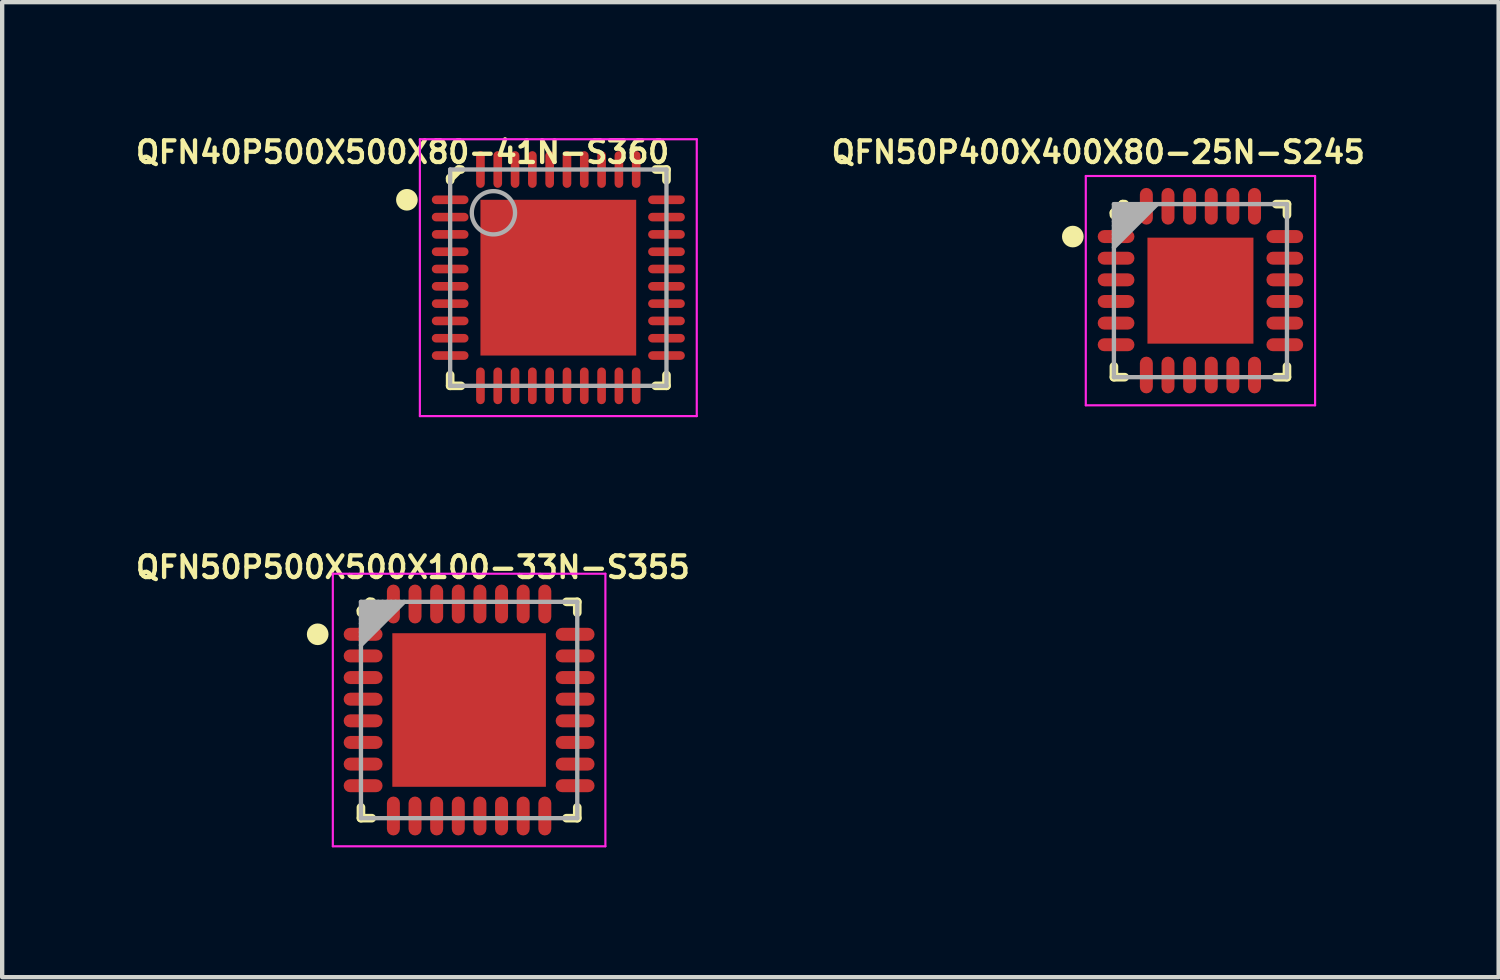
<source format=kicad_pcb>
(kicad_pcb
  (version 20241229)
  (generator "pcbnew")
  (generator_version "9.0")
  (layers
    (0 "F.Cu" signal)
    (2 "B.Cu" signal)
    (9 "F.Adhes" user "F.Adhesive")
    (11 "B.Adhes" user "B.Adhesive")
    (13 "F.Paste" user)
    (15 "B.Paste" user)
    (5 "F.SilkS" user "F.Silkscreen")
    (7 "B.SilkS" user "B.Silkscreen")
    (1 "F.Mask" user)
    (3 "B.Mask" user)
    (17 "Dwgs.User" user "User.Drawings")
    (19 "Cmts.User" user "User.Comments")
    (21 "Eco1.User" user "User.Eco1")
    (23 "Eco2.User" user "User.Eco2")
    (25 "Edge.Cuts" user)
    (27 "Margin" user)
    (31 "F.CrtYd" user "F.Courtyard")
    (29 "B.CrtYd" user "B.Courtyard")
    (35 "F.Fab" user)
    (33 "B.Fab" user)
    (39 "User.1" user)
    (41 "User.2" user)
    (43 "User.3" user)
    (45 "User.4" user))
  (footprint "QFN50P400X400X80-25N-S245"
    (layer "F.Cu")
    (at 24.697 3.668)
    (property "Reference" "QFN50P400X400X80-25N-S245" (at -2.362 -3.2 0) (layer "F.SilkS") (effects (font (size 0.5 0.5) (thickness 0.1))))
    (attr smd)
    (fp_line (start -2 -1.8) (end -1.8 -2) (stroke (width 0.2) (type solid)) (layer "F.SilkS"))
    (fp_line (start -2 -1.75) (end -2 -1.8) (stroke (width 0.2) (type solid)) (layer "F.SilkS"))
    (fp_line (start -2 2) (end -2 1.75) (stroke (width 0.2) (type solid)) (layer "F.SilkS"))
    (fp_line (start -2 2) (end -1.75 2) (stroke (width 0.2) (type solid)) (layer "F.SilkS"))
    (fp_line (start -1.8 -2) (end -1.75 -2) (stroke (width 0.2) (type solid)) (layer "F.SilkS"))
    (fp_line (start 1.75 -2) (end 2 -2) (stroke (width 0.2) (type solid)) (layer "F.SilkS"))
    (fp_line (start 1.75 2) (end 2 2) (stroke (width 0.2) (type solid)) (layer "F.SilkS"))
    (fp_line (start 2 -1.75) (end 2 -2) (stroke (width 0.2) (type solid)) (layer "F.SilkS"))
    (fp_line (start 2 2) (end 2 1.75) (stroke (width 0.2) (type solid)) (layer "F.SilkS"))
    (fp_circle (center -2.95 -1.25) (end -2.825 -1.25) (stroke (width 0.25) (type solid)) (fill no) (layer "F.SilkS"))
    (fp_line (start -2.65 -2.65) (end 2.65 -2.65) (stroke (width 0.05) (type solid)) (layer "F.CrtYd"))
    (fp_line (start -2.65 2.65) (end -2.65 -2.65) (stroke (width 0.05) (type solid)) (layer "F.CrtYd"))
    (fp_line (start -2.65 2.65) (end 2.65 2.65) (stroke (width 0.05) (type solid)) (layer "F.CrtYd"))
    (fp_line (start 2.65 2.65) (end 2.65 -2.65) (stroke (width 0.05) (type solid)) (layer "F.CrtYd"))
    (fp_line (start -2 -2) (end 2 -2) (stroke (width 0.1) (type solid)) (layer "F.Fab"))
    (fp_line (start -2 -1.9) (end -1.9 -2) (stroke (width 0.1) (type solid)) (layer "F.Fab"))
    (fp_line (start -2 -1.8) (end -1.8 -2) (stroke (width 0.1) (type solid)) (layer "F.Fab"))
    (fp_line (start -2 -1.7) (end -1.7 -2) (stroke (width 0.1) (type solid)) (layer "F.Fab"))
    (fp_line (start -2 -1.6) (end -1.6 -2) (stroke (width 0.1) (type solid)) (layer "F.Fab"))
    (fp_line (start -2 -1.5) (end -1.5 -2) (stroke (width 0.1) (type solid)) (layer "F.Fab"))
    (fp_line (start -2 -1.4) (end -1.4 -2) (stroke (width 0.1) (type solid)) (layer "F.Fab"))
    (fp_line (start -2 -1.3) (end -1.3 -2) (stroke (width 0.1) (type solid)) (layer "F.Fab"))
    (fp_line (start -2 -1.2) (end -1.2 -2) (stroke (width 0.1) (type solid)) (layer "F.Fab"))
    (fp_line (start -2 -1.1) (end -1.1 -2) (stroke (width 0.1) (type solid)) (layer "F.Fab"))
    (fp_line (start -2 -1) (end -1 -2) (stroke (width 0.1) (type solid)) (layer "F.Fab"))
    (fp_line (start -2 2) (end -2 -2) (stroke (width 0.1) (type solid)) (layer "F.Fab"))
    (fp_line (start -2 2) (end 2 2) (stroke (width 0.1) (type solid)) (layer "F.Fab"))
    (fp_line (start 2 2) (end 2 -2) (stroke (width 0.1) (type solid)) (layer "F.Fab"))
    (pad "1" smd roundrect (at -1.95 -1.25) (size 0.85 0.3) (layers "F.Cu" "F.Mask" "F.Paste") (roundrect_rratio 0.5))
    (pad "2" smd roundrect (at -1.95 -0.75) (size 0.85 0.3) (layers "F.Cu" "F.Mask" "F.Paste") (roundrect_rratio 0.5))
    (pad "3" smd roundrect (at -1.95 -0.25) (size 0.85 0.3) (layers "F.Cu" "F.Mask" "F.Paste") (roundrect_rratio 0.5))
    (pad "4" smd roundrect (at -1.95 0.25) (size 0.85 0.3) (layers "F.Cu" "F.Mask" "F.Paste") (roundrect_rratio 0.5))
    (pad "5" smd roundrect (at -1.95 0.75) (size 0.85 0.3) (layers "F.Cu" "F.Mask" "F.Paste") (roundrect_rratio 0.5))
    (pad "6" smd roundrect (at -1.95 1.25) (size 0.85 0.3) (layers "F.Cu" "F.Mask" "F.Paste") (roundrect_rratio 0.5))
    (pad "7" smd roundrect (at -1.25 1.95 90) (size 0.85 0.3) (layers "F.Cu" "F.Mask" "F.Paste") (roundrect_rratio 0.5))
    (pad "8" smd roundrect (at -0.75 1.95 90) (size 0.85 0.3) (layers "F.Cu" "F.Mask" "F.Paste") (roundrect_rratio 0.5))
    (pad "9" smd roundrect (at -0.25 1.95 90) (size 0.85 0.3) (layers "F.Cu" "F.Mask" "F.Paste") (roundrect_rratio 0.5))
    (pad "10" smd roundrect (at 0.25 1.95 90) (size 0.85 0.3) (layers "F.Cu" "F.Mask" "F.Paste") (roundrect_rratio 0.5))
    (pad "11" smd roundrect (at 0.75 1.95 90) (size 0.85 0.3) (layers "F.Cu" "F.Mask" "F.Paste") (roundrect_rratio 0.5))
    (pad "12" smd roundrect (at 1.25 1.95 90) (size 0.85 0.3) (layers "F.Cu" "F.Mask" "F.Paste") (roundrect_rratio 0.5))
    (pad "13" smd roundrect (at 1.95 1.25) (size 0.85 0.3) (layers "F.Cu" "F.Mask" "F.Paste") (roundrect_rratio 0.5))
    (pad "14" smd roundrect (at 1.95 0.75) (size 0.85 0.3) (layers "F.Cu" "F.Mask" "F.Paste") (roundrect_rratio 0.5))
    (pad "15" smd roundrect (at 1.95 0.25) (size 0.85 0.3) (layers "F.Cu" "F.Mask" "F.Paste") (roundrect_rratio 0.5))
    (pad "16" smd roundrect (at 1.95 -0.25) (size 0.85 0.3) (layers "F.Cu" "F.Mask" "F.Paste") (roundrect_rratio 0.5))
    (pad "17" smd roundrect (at 1.95 -0.75) (size 0.85 0.3) (layers "F.Cu" "F.Mask" "F.Paste") (roundrect_rratio 0.5))
    (pad "18" smd roundrect (at 1.95 -1.25) (size 0.85 0.3) (layers "F.Cu" "F.Mask" "F.Paste") (roundrect_rratio 0.5))
    (pad "19" smd roundrect (at 1.25 -1.95 90) (size 0.85 0.3) (layers "F.Cu" "F.Mask" "F.Paste") (roundrect_rratio 0.5))
    (pad "20" smd roundrect (at 0.75 -1.95 90) (size 0.85 0.3) (layers "F.Cu" "F.Mask" "F.Paste") (roundrect_rratio 0.5))
    (pad "21" smd roundrect (at 0.25 -1.95 90) (size 0.85 0.3) (layers "F.Cu" "F.Mask" "F.Paste") (roundrect_rratio 0.5))
    (pad "22" smd roundrect (at -0.25 -1.95 90) (size 0.85 0.3) (layers "F.Cu" "F.Mask" "F.Paste") (roundrect_rratio 0.5))
    (pad "23" smd roundrect (at -0.75 -1.95 90) (size 0.85 0.3) (layers "F.Cu" "F.Mask" "F.Paste") (roundrect_rratio 0.5))
    (pad "24" smd roundrect (at -1.25 -1.95 90) (size 0.85 0.3) (layers "F.Cu" "F.Mask" "F.Paste") (roundrect_rratio 0.5))
    (pad "25" smd rect (at 0 0) (size 2.45 2.45) (layers "F.Cu" "F.Mask" "F.Paste")))
  (footprint "QFN50P500X500X100-33N-S355"
    (layer "F.Cu")
    (at 7.793 13.361)
    (property "Reference" "QFN50P500X500X100-33N-S355" (at -1.3 -3.3 0) (layer "F.SilkS") (effects (font (size 0.5 0.5) (thickness 0.1))))
    (attr smd)
    (fp_line (start -2.5 -2.3) (end -2.3 -2.5) (stroke (width 0.2) (type solid)) (layer "F.SilkS"))
    (fp_line (start -2.5 -2.25) (end -2.5 -2.3) (stroke (width 0.2) (type solid)) (layer "F.SilkS"))
    (fp_line (start -2.5 2.5) (end -2.5 2.25) (stroke (width 0.2) (type solid)) (layer "F.SilkS"))
    (fp_line (start -2.5 2.5) (end -2.25 2.5) (stroke (width 0.2) (type solid)) (layer "F.SilkS"))
    (fp_line (start -2.3 -2.5) (end -2.25 -2.5) (stroke (width 0.2) (type solid)) (layer "F.SilkS"))
    (fp_line (start 2.25 -2.5) (end 2.5 -2.5) (stroke (width 0.2) (type solid)) (layer "F.SilkS"))
    (fp_line (start 2.25 2.5) (end 2.5 2.5) (stroke (width 0.2) (type solid)) (layer "F.SilkS"))
    (fp_line (start 2.5 -2.25) (end 2.5 -2.5) (stroke (width 0.2) (type solid)) (layer "F.SilkS"))
    (fp_line (start 2.5 2.5) (end 2.5 2.25) (stroke (width 0.2) (type solid)) (layer "F.SilkS"))
    (fp_circle (center -3.5 -1.75) (end -3.375 -1.75) (stroke (width 0.25) (type solid)) (fill no) (layer "F.SilkS"))
    (fp_line (start -3.15 -3.15) (end 3.15 -3.15) (stroke (width 0.05) (type solid)) (layer "F.CrtYd"))
    (fp_line (start -3.15 3.15) (end -3.15 -3.15) (stroke (width 0.05) (type solid)) (layer "F.CrtYd"))
    (fp_line (start -3.15 3.15) (end 3.15 3.15) (stroke (width 0.05) (type solid)) (layer "F.CrtYd"))
    (fp_line (start 3.15 3.15) (end 3.15 -3.15) (stroke (width 0.05) (type solid)) (layer "F.CrtYd"))
    (fp_line (start -2.5 -2.5) (end 2.5 -2.5) (stroke (width 0.1) (type solid)) (layer "F.Fab"))
    (fp_line (start -2.5 -2.4) (end -2.4 -2.5) (stroke (width 0.1) (type solid)) (layer "F.Fab"))
    (fp_line (start -2.5 -2.3) (end -2.3 -2.5) (stroke (width 0.1) (type solid)) (layer "F.Fab"))
    (fp_line (start -2.5 -2.2) (end -2.2 -2.5) (stroke (width 0.1) (type solid)) (layer "F.Fab"))
    (fp_line (start -2.5 -2.1) (end -2.1 -2.5) (stroke (width 0.1) (type solid)) (layer "F.Fab"))
    (fp_line (start -2.5 -2) (end -2 -2.5) (stroke (width 0.1) (type solid)) (layer "F.Fab"))
    (fp_line (start -2.5 -1.9) (end -1.9 -2.5) (stroke (width 0.1) (type solid)) (layer "F.Fab"))
    (fp_line (start -2.5 -1.8) (end -1.8 -2.5) (stroke (width 0.1) (type solid)) (layer "F.Fab"))
    (fp_line (start -2.5 -1.7) (end -1.7 -2.5) (stroke (width 0.1) (type solid)) (layer "F.Fab"))
    (fp_line (start -2.5 -1.6) (end -1.6 -2.5) (stroke (width 0.1) (type solid)) (layer "F.Fab"))
    (fp_line (start -2.5 -1.5) (end -1.5 -2.5) (stroke (width 0.1) (type solid)) (layer "F.Fab"))
    (fp_line (start -2.5 2.5) (end -2.5 -2.5) (stroke (width 0.1) (type solid)) (layer "F.Fab"))
    (fp_line (start -2.5 2.5) (end 2.5 2.5) (stroke (width 0.1) (type solid)) (layer "F.Fab"))
    (fp_line (start 2.5 2.5) (end 2.5 -2.5) (stroke (width 0.1) (type solid)) (layer "F.Fab"))
    (pad "1" smd roundrect (at -2.45 -1.75) (size 0.9 0.3) (layers "F.Cu" "F.Mask" "F.Paste") (roundrect_rratio 0.5))
    (pad "2" smd roundrect (at -2.45 -1.25) (size 0.9 0.3) (layers "F.Cu" "F.Mask" "F.Paste") (roundrect_rratio 0.5))
    (pad "3" smd roundrect (at -2.45 -0.75) (size 0.9 0.3) (layers "F.Cu" "F.Mask" "F.Paste") (roundrect_rratio 0.5))
    (pad "4" smd roundrect (at -2.45 -0.25) (size 0.9 0.3) (layers "F.Cu" "F.Mask" "F.Paste") (roundrect_rratio 0.5))
    (pad "5" smd roundrect (at -2.45 0.25) (size 0.9 0.3) (layers "F.Cu" "F.Mask" "F.Paste") (roundrect_rratio 0.5))
    (pad "6" smd roundrect (at -2.45 0.75) (size 0.9 0.3) (layers "F.Cu" "F.Mask" "F.Paste") (roundrect_rratio 0.5))
    (pad "7" smd roundrect (at -2.45 1.25) (size 0.9 0.3) (layers "F.Cu" "F.Mask" "F.Paste") (roundrect_rratio 0.5))
    (pad "8" smd roundrect (at -2.45 1.75) (size 0.9 0.3) (layers "F.Cu" "F.Mask" "F.Paste") (roundrect_rratio 0.5))
    (pad "9" smd roundrect (at -1.75 2.45 90) (size 0.9 0.3) (layers "F.Cu" "F.Mask" "F.Paste") (roundrect_rratio 0.5))
    (pad "10" smd roundrect (at -1.25 2.45 90) (size 0.9 0.3) (layers "F.Cu" "F.Mask" "F.Paste") (roundrect_rratio 0.5))
    (pad "11" smd roundrect (at -0.75 2.45 90) (size 0.9 0.3) (layers "F.Cu" "F.Mask" "F.Paste") (roundrect_rratio 0.5))
    (pad "12" smd roundrect (at -0.25 2.45 90) (size 0.9 0.3) (layers "F.Cu" "F.Mask" "F.Paste") (roundrect_rratio 0.5))
    (pad "13" smd roundrect (at 0.25 2.45 90) (size 0.9 0.3) (layers "F.Cu" "F.Mask" "F.Paste") (roundrect_rratio 0.5))
    (pad "14" smd roundrect (at 0.75 2.45 90) (size 0.9 0.3) (layers "F.Cu" "F.Mask" "F.Paste") (roundrect_rratio 0.5))
    (pad "15" smd roundrect (at 1.25 2.45 90) (size 0.9 0.3) (layers "F.Cu" "F.Mask" "F.Paste") (roundrect_rratio 0.5))
    (pad "16" smd roundrect (at 1.75 2.45 90) (size 0.9 0.3) (layers "F.Cu" "F.Mask" "F.Paste") (roundrect_rratio 0.5))
    (pad "17" smd roundrect (at 2.45 1.75) (size 0.9 0.3) (layers "F.Cu" "F.Mask" "F.Paste") (roundrect_rratio 0.5))
    (pad "18" smd roundrect (at 2.45 1.25) (size 0.9 0.3) (layers "F.Cu" "F.Mask" "F.Paste") (roundrect_rratio 0.5))
    (pad "19" smd roundrect (at 2.45 0.75) (size 0.9 0.3) (layers "F.Cu" "F.Mask" "F.Paste") (roundrect_rratio 0.5))
    (pad "20" smd roundrect (at 2.45 0.25) (size 0.9 0.3) (layers "F.Cu" "F.Mask" "F.Paste") (roundrect_rratio 0.5))
    (pad "21" smd roundrect (at 2.45 -0.25) (size 0.9 0.3) (layers "F.Cu" "F.Mask" "F.Paste") (roundrect_rratio 0.5))
    (pad "22" smd roundrect (at 2.45 -0.75) (size 0.9 0.3) (layers "F.Cu" "F.Mask" "F.Paste") (roundrect_rratio 0.5))
    (pad "23" smd roundrect (at 2.45 -1.25) (size 0.9 0.3) (layers "F.Cu" "F.Mask" "F.Paste") (roundrect_rratio 0.5))
    (pad "24" smd roundrect (at 2.45 -1.75) (size 0.9 0.3) (layers "F.Cu" "F.Mask" "F.Paste") (roundrect_rratio 0.5))
    (pad "25" smd roundrect (at 1.75 -2.45 90) (size 0.9 0.3) (layers "F.Cu" "F.Mask" "F.Paste") (roundrect_rratio 0.5))
    (pad "26" smd roundrect (at 1.25 -2.45 90) (size 0.9 0.3) (layers "F.Cu" "F.Mask" "F.Paste") (roundrect_rratio 0.5))
    (pad "27" smd roundrect (at 0.75 -2.45 90) (size 0.9 0.3) (layers "F.Cu" "F.Mask" "F.Paste") (roundrect_rratio 0.5))
    (pad "28" smd roundrect (at 0.25 -2.45 90) (size 0.9 0.3) (layers "F.Cu" "F.Mask" "F.Paste") (roundrect_rratio 0.5))
    (pad "29" smd roundrect (at -0.25 -2.45 90) (size 0.9 0.3) (layers "F.Cu" "F.Mask" "F.Paste") (roundrect_rratio 0.5))
    (pad "30" smd roundrect (at -0.75 -2.45 90) (size 0.9 0.3) (layers "F.Cu" "F.Mask" "F.Paste") (roundrect_rratio 0.5))
    (pad "31" smd roundrect (at -1.25 -2.45 90) (size 0.9 0.3) (layers "F.Cu" "F.Mask" "F.Paste") (roundrect_rratio 0.5))
    (pad "32" smd roundrect (at -1.75 -2.45 90) (size 0.9 0.3) (layers "F.Cu" "F.Mask" "F.Paste") (roundrect_rratio 0.5))
    (pad "33" smd rect (at 0 0) (size 3.55 3.55) (layers "F.Cu" "F.Mask" "F.Paste")))
  (footprint "QFN40P500X500X80-41N-S360"
    (layer "F.Cu")
    (at 9.855 3.368)
    (property "Reference" "QFN40P500X500X80-41N-S360" (at -3.6 -2.9 0) (layer "F.SilkS") (effects (font (size 0.5 0.5) (thickness 0.1))))
    (attr smd)
    (fp_line (start -2.5 -2.3) (end -2.3 -2.5) (stroke (width 0.2) (type solid)) (layer "F.SilkS"))
    (fp_line (start -2.5 -2.25) (end -2.5 -2.3) (stroke (width 0.2) (type solid)) (layer "F.SilkS"))
    (fp_line (start -2.5 2.5) (end -2.5 2.25) (stroke (width 0.2) (type solid)) (layer "F.SilkS"))
    (fp_line (start -2.5 2.5) (end -2.25 2.5) (stroke (width 0.2) (type solid)) (layer "F.SilkS"))
    (fp_line (start -2.3 -2.5) (end -2.25 -2.5) (stroke (width 0.2) (type solid)) (layer "F.SilkS"))
    (fp_line (start 2.25 -2.5) (end 2.5 -2.5) (stroke (width 0.2) (type solid)) (layer "F.SilkS"))
    (fp_line (start 2.25 2.5) (end 2.5 2.5) (stroke (width 0.2) (type solid)) (layer "F.SilkS"))
    (fp_line (start 2.5 -2.25) (end 2.5 -2.5) (stroke (width 0.2) (type solid)) (layer "F.SilkS"))
    (fp_line (start 2.5 2.5) (end 2.5 2.25) (stroke (width 0.2) (type solid)) (layer "F.SilkS"))
    (fp_circle (center -3.5 -1.8) (end -3.375 -1.8) (stroke (width 0.25) (type solid)) (fill no) (layer "F.SilkS"))
    (fp_line (start -3.2 -3.2) (end 3.2 -3.2) (stroke (width 0.05) (type solid)) (layer "F.CrtYd"))
    (fp_line (start -3.2 3.2) (end -3.2 -3.2) (stroke (width 0.05) (type solid)) (layer "F.CrtYd"))
    (fp_line (start -3.2 3.2) (end 3.2 3.2) (stroke (width 0.05) (type solid)) (layer "F.CrtYd"))
    (fp_line (start 3.2 3.2) (end 3.2 -3.2) (stroke (width 0.05) (type solid)) (layer "F.CrtYd"))
    (fp_line (start -2.5 -2.5) (end 2.5 -2.5) (stroke (width 0.1) (type solid)) (layer "F.Fab"))
    (fp_line (start -2.5 2.5) (end -2.5 -2.5) (stroke (width 0.1) (type solid)) (layer "F.Fab"))
    (fp_line (start -2.5 2.5) (end 2.5 2.5) (stroke (width 0.1) (type solid)) (layer "F.Fab"))
    (fp_line (start 2.5 2.5) (end 2.5 -2.5) (stroke (width 0.1) (type solid)) (layer "F.Fab"))
    (fp_circle (center -1.5 -1.5) (end -1 -1.5) (stroke (width 0.1) (type solid)) (fill no) (layer "F.Fab"))
    (pad "1" smd roundrect (at -2.5 -1.8) (size 0.85 0.2) (layers "F.Cu" "F.Mask" "F.Paste") (roundrect_rratio 0.5))
    (pad "2" smd roundrect (at -2.5 -1.4) (size 0.85 0.2) (layers "F.Cu" "F.Mask" "F.Paste") (roundrect_rratio 0.5))
    (pad "3" smd roundrect (at -2.5 -1) (size 0.85 0.2) (layers "F.Cu" "F.Mask" "F.Paste") (roundrect_rratio 0.5))
    (pad "4" smd roundrect (at -2.5 -0.6) (size 0.85 0.2) (layers "F.Cu" "F.Mask" "F.Paste") (roundrect_rratio 0.5))
    (pad "5" smd roundrect (at -2.5 -0.2) (size 0.85 0.2) (layers "F.Cu" "F.Mask" "F.Paste") (roundrect_rratio 0.5))
    (pad "6" smd roundrect (at -2.5 0.2) (size 0.85 0.2) (layers "F.Cu" "F.Mask" "F.Paste") (roundrect_rratio 0.5))
    (pad "7" smd roundrect (at -2.5 0.6) (size 0.85 0.2) (layers "F.Cu" "F.Mask" "F.Paste") (roundrect_rratio 0.5))
    (pad "8" smd roundrect (at -2.5 1) (size 0.85 0.2) (layers "F.Cu" "F.Mask" "F.Paste") (roundrect_rratio 0.5))
    (pad "9" smd roundrect (at -2.5 1.4) (size 0.85 0.2) (layers "F.Cu" "F.Mask" "F.Paste") (roundrect_rratio 0.5))
    (pad "10" smd roundrect (at -2.5 1.8) (size 0.85 0.2) (layers "F.Cu" "F.Mask" "F.Paste") (roundrect_rratio 0.5))
    (pad "11" smd roundrect (at -1.8 2.5 90) (size 0.85 0.2) (layers "F.Cu" "F.Mask" "F.Paste") (roundrect_rratio 0.5))
    (pad "12" smd roundrect (at -1.4 2.5 90) (size 0.85 0.2) (layers "F.Cu" "F.Mask" "F.Paste") (roundrect_rratio 0.5))
    (pad "13" smd roundrect (at -1 2.5 90) (size 0.85 0.2) (layers "F.Cu" "F.Mask" "F.Paste") (roundrect_rratio 0.5))
    (pad "14" smd roundrect (at -0.6 2.5 90) (size 0.85 0.2) (layers "F.Cu" "F.Mask" "F.Paste") (roundrect_rratio 0.5))
    (pad "15" smd roundrect (at -0.2 2.5 90) (size 0.85 0.2) (layers "F.Cu" "F.Mask" "F.Paste") (roundrect_rratio 0.5))
    (pad "16" smd roundrect (at 0.2 2.5 90) (size 0.85 0.2) (layers "F.Cu" "F.Mask" "F.Paste") (roundrect_rratio 0.5))
    (pad "17" smd roundrect (at 0.6 2.5 90) (size 0.85 0.2) (layers "F.Cu" "F.Mask" "F.Paste") (roundrect_rratio 0.5))
    (pad "18" smd roundrect (at 1 2.5 90) (size 0.85 0.2) (layers "F.Cu" "F.Mask" "F.Paste") (roundrect_rratio 0.5))
    (pad "19" smd roundrect (at 1.4 2.5 90) (size 0.85 0.2) (layers "F.Cu" "F.Mask" "F.Paste") (roundrect_rratio 0.5))
    (pad "20" smd roundrect (at 1.8 2.5 90) (size 0.85 0.2) (layers "F.Cu" "F.Mask" "F.Paste") (roundrect_rratio 0.5))
    (pad "21" smd roundrect (at 2.5 1.8) (size 0.85 0.2) (layers "F.Cu" "F.Mask" "F.Paste") (roundrect_rratio 0.5))
    (pad "22" smd roundrect (at 2.5 1.4) (size 0.85 0.2) (layers "F.Cu" "F.Mask" "F.Paste") (roundrect_rratio 0.5))
    (pad "23" smd roundrect (at 2.5 1) (size 0.85 0.2) (layers "F.Cu" "F.Mask" "F.Paste") (roundrect_rratio 0.5))
    (pad "24" smd roundrect (at 2.5 0.6) (size 0.85 0.2) (layers "F.Cu" "F.Mask" "F.Paste") (roundrect_rratio 0.5))
    (pad "25" smd roundrect (at 2.5 0.2) (size 0.85 0.2) (layers "F.Cu" "F.Mask" "F.Paste") (roundrect_rratio 0.5))
    (pad "26" smd roundrect (at 2.5 -0.2) (size 0.85 0.2) (layers "F.Cu" "F.Mask" "F.Paste") (roundrect_rratio 0.5))
    (pad "27" smd roundrect (at 2.5 -0.6) (size 0.85 0.2) (layers "F.Cu" "F.Mask" "F.Paste") (roundrect_rratio 0.5))
    (pad "28" smd roundrect (at 2.5 -1) (size 0.85 0.2) (layers "F.Cu" "F.Mask" "F.Paste") (roundrect_rratio 0.5))
    (pad "29" smd roundrect (at 2.5 -1.4) (size 0.85 0.2) (layers "F.Cu" "F.Mask" "F.Paste") (roundrect_rratio 0.5))
    (pad "30" smd roundrect (at 2.5 -1.8) (size 0.85 0.2) (layers "F.Cu" "F.Mask" "F.Paste") (roundrect_rratio 0.5))
    (pad "31" smd roundrect (at 1.8 -2.5 90) (size 0.85 0.2) (layers "F.Cu" "F.Mask" "F.Paste") (roundrect_rratio 0.5))
    (pad "32" smd roundrect (at 1.4 -2.5 90) (size 0.85 0.2) (layers "F.Cu" "F.Mask" "F.Paste") (roundrect_rratio 0.5))
    (pad "33" smd roundrect (at 1 -2.5 90) (size 0.85 0.2) (layers "F.Cu" "F.Mask" "F.Paste") (roundrect_rratio 0.5))
    (pad "34" smd roundrect (at 0.6 -2.5 90) (size 0.85 0.2) (layers "F.Cu" "F.Mask" "F.Paste") (roundrect_rratio 0.5))
    (pad "35" smd roundrect (at 0.2 -2.5 90) (size 0.85 0.2) (layers "F.Cu" "F.Mask" "F.Paste") (roundrect_rratio 0.5))
    (pad "36" smd roundrect (at -0.2 -2.5 90) (size 0.85 0.2) (layers "F.Cu" "F.Mask" "F.Paste") (roundrect_rratio 0.5))
    (pad "37" smd roundrect (at -0.6 -2.5 90) (size 0.85 0.2) (layers "F.Cu" "F.Mask" "F.Paste") (roundrect_rratio 0.5))
    (pad "38" smd roundrect (at -1 -2.5 90) (size 0.85 0.2) (layers "F.Cu" "F.Mask" "F.Paste") (roundrect_rratio 0.5))
    (pad "39" smd roundrect (at -1.4 -2.5 90) (size 0.85 0.2) (layers "F.Cu" "F.Mask" "F.Paste") (roundrect_rratio 0.5))
    (pad "40" smd roundrect (at -1.8 -2.5 90) (size 0.85 0.2) (layers "F.Cu" "F.Mask" "F.Paste") (roundrect_rratio 0.5))
    (pad "41" smd rect (at 0 0) (size 3.6 3.6) (layers "F.Cu" "F.Mask" "F.Paste")))
  (gr_rect
    (start -3 -3)
    (end 31.589 19.536)
    (stroke (width 0.1) (type default))
    (fill no)
    (layer "Edge.Cuts")))
</source>
